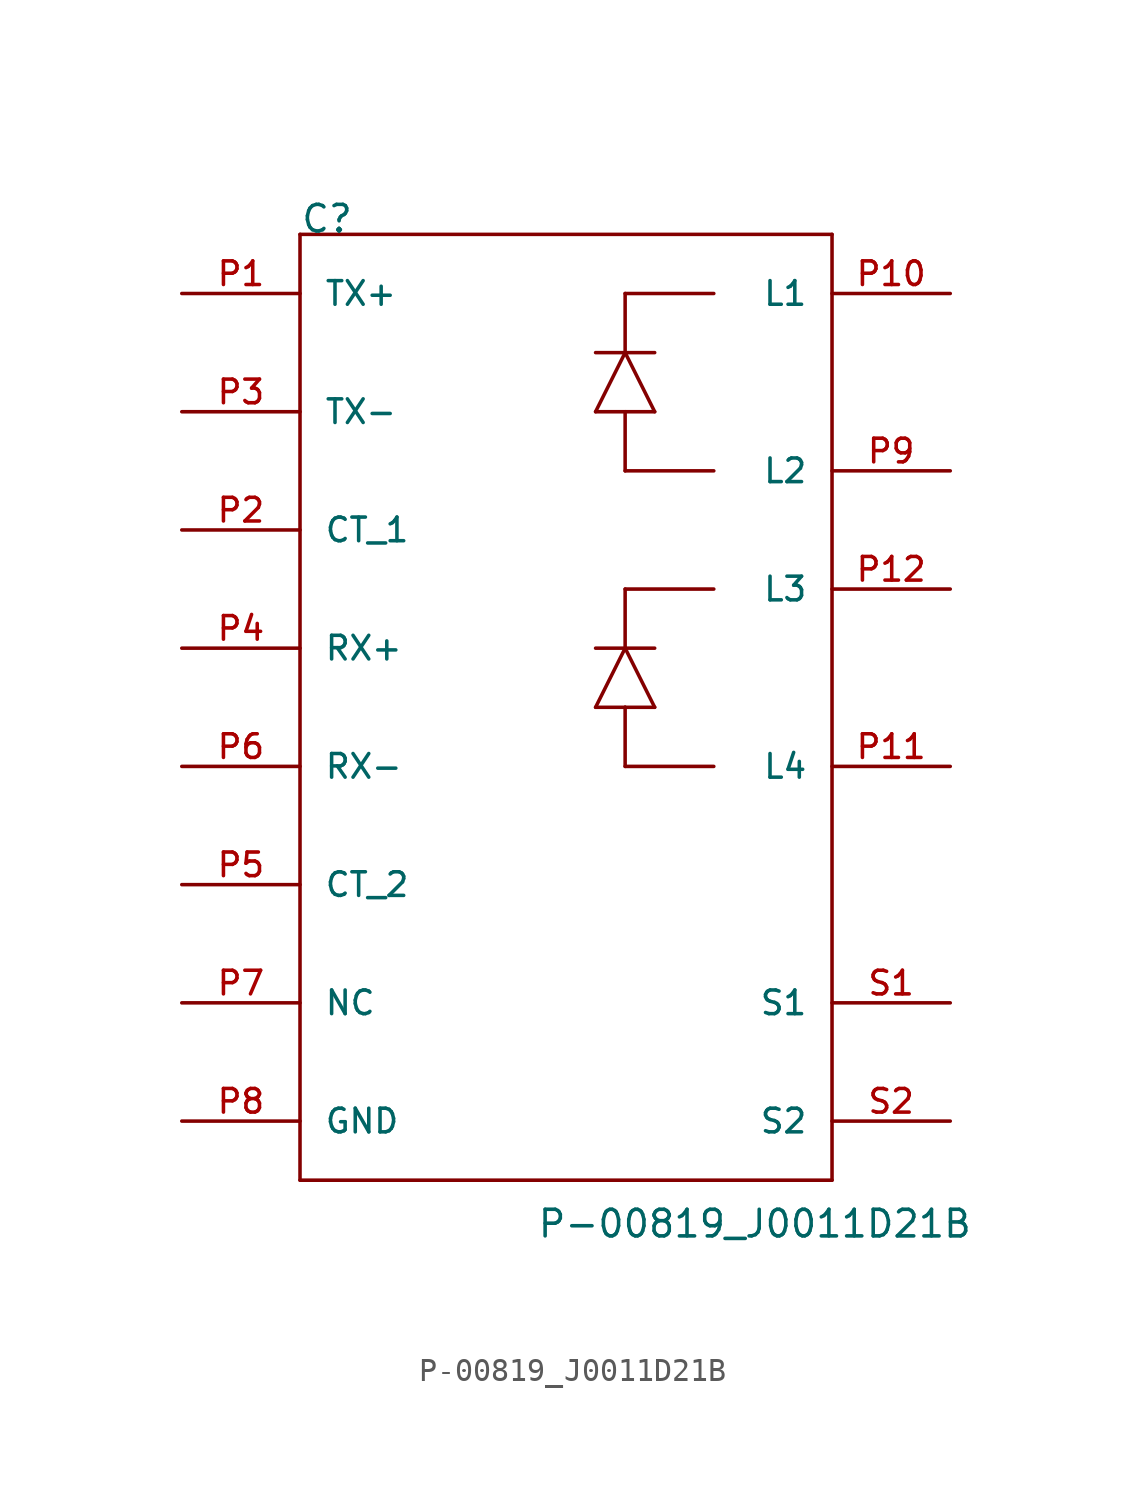
<source format=kicad_sym>
(kicad_symbol_lib
  (version 20211014)
  (generator kicad_symbol_editor)
  (symbol "P-00819_J0011D21B"
    (pin_names
      (offset 1.016))
    (property "Reference" "C"
      (at -10.16 17.78 0)
      (effects (font (size 1.143 1.143)) (justify left bottom)))
    (property "Value" "P-00819_J0011D21B"
      (at 0 -25.4 0)
      (effects (font (size 1.143 1.143)) (justify left bottom)))
    (property "ki_locked" ""
      (at 0 0 0)
      (effects (font (size 1.27 1.27))))
    (symbol "P-00819_J0011D21B_1_0"
      (polyline (pts (xy -10.16 -22.86) (xy -10.16 17.78)) (stroke (width 0) (type default) (color 0 0 0 0)) (fill (type none)))
      (polyline (pts (xy -10.16 17.78) (xy 12.7 17.78)) (stroke (width 0) (type default) (color 0 0 0 0)) (fill (type none)))
      (polyline (pts (xy 2.54 -2.54) (xy 3.81 0)) (stroke (width 0) (type default) (color 0 0 0 0)) (fill (type none)))
      (polyline (pts (xy 2.54 0) (xy 3.81 0)) (stroke (width 0) (type default) (color 0 0 0 0)) (fill (type none)))
      (polyline (pts (xy 2.54 10.16) (xy 3.81 10.16)) (stroke (width 0) (type default) (color 0 0 0 0)) (fill (type none)))
      (polyline (pts (xy 2.54 12.7) (xy 3.81 12.7)) (stroke (width 0) (type default) (color 0 0 0 0)) (fill (type none)))
      (polyline (pts (xy 3.81 -5.08) (xy 7.62 -5.08)) (stroke (width 0) (type default) (color 0 0 0 0)) (fill (type none)))
      (polyline (pts (xy 3.81 -2.54) (xy 2.54 -2.54)) (stroke (width 0) (type default) (color 0 0 0 0)) (fill (type none)))
      (polyline (pts (xy 3.81 -2.54) (xy 3.81 -5.08)) (stroke (width 0) (type default) (color 0 0 0 0)) (fill (type none)))
      (polyline (pts (xy 3.81 0) (xy 3.81 2.54)) (stroke (width 0) (type default) (color 0 0 0 0)) (fill (type none)))
      (polyline (pts (xy 3.81 0) (xy 5.08 -2.54)) (stroke (width 0) (type default) (color 0 0 0 0)) (fill (type none)))
      (polyline (pts (xy 3.81 0) (xy 5.08 0)) (stroke (width 0) (type default) (color 0 0 0 0)) (fill (type none)))
      (polyline (pts (xy 3.81 2.54) (xy 7.62 2.54)) (stroke (width 0) (type default) (color 0 0 0 0)) (fill (type none)))
      (polyline (pts (xy 3.81 7.62) (xy 7.62 7.62)) (stroke (width 0) (type default) (color 0 0 0 0)) (fill (type none)))
      (polyline (pts (xy 3.81 10.16) (xy 3.81 7.62)) (stroke (width 0) (type default) (color 0 0 0 0)) (fill (type none)))
      (polyline (pts (xy 3.81 10.16) (xy 5.08 10.16)) (stroke (width 0) (type default) (color 0 0 0 0)) (fill (type none)))
      (polyline (pts (xy 3.81 12.7) (xy 2.54 10.16)) (stroke (width 0) (type default) (color 0 0 0 0)) (fill (type none)))
      (polyline (pts (xy 3.81 12.7) (xy 3.81 15.24)) (stroke (width 0) (type default) (color 0 0 0 0)) (fill (type none)))
      (polyline (pts (xy 3.81 12.7) (xy 5.08 12.7)) (stroke (width 0) (type default) (color 0 0 0 0)) (fill (type none)))
      (polyline (pts (xy 3.81 15.24) (xy 7.62 15.24)) (stroke (width 0) (type default) (color 0 0 0 0)) (fill (type none)))
      (polyline (pts (xy 5.08 -2.54) (xy 3.81 -2.54)) (stroke (width 0) (type default) (color 0 0 0 0)) (fill (type none)))
      (polyline (pts (xy 5.08 10.16) (xy 3.81 12.7)) (stroke (width 0) (type default) (color 0 0 0 0)) (fill (type none)))
      (polyline (pts (xy 12.7 -22.86) (xy -10.16 -22.86)) (stroke (width 0) (type default) (color 0 0 0 0)) (fill (type none)))
      (polyline (pts (xy 12.7 17.78) (xy 12.7 -22.86)) (stroke (width 0) (type default) (color 0 0 0 0)) (fill (type none))))
    (symbol "P-00819_J0011D21B_1_1"
      (pin bidirectional line (at -15.24 15.24 0) (length 5.08) (name "TX+" (effects (font (size 1.016 1.016)))) (number "P1" (effects (font (size 1.016 1.016)))))
      (pin bidirectional line (at 17.78 15.24 180) (length 5.08) (name "L1" (effects (font (size 1.016 1.016)))) (number "P10" (effects (font (size 1.016 1.016)))))
      (pin bidirectional line (at 17.78 -5.08 180) (length 5.08) (name "L4" (effects (font (size 1.016 1.016)))) (number "P11" (effects (font (size 1.016 1.016)))))
      (pin bidirectional line (at 17.78 2.54 180) (length 5.08) (name "L3" (effects (font (size 1.016 1.016)))) (number "P12" (effects (font (size 1.016 1.016)))))
      (pin bidirectional line (at -15.24 5.08 0) (length 5.08) (name "CT_1" (effects (font (size 1.016 1.016)))) (number "P2" (effects (font (size 1.016 1.016)))))
      (pin bidirectional line (at -15.24 10.16 0) (length 5.08) (name "TX-" (effects (font (size 1.016 1.016)))) (number "P3" (effects (font (size 1.016 1.016)))))
      (pin bidirectional line (at -15.24 0 0) (length 5.08) (name "RX+" (effects (font (size 1.016 1.016)))) (number "P4" (effects (font (size 1.016 1.016)))))
      (pin bidirectional line (at -15.24 -10.16 0) (length 5.08) (name "CT_2" (effects (font (size 1.016 1.016)))) (number "P5" (effects (font (size 1.016 1.016)))))
      (pin bidirectional line (at -15.24 -5.08 0) (length 5.08) (name "RX-" (effects (font (size 1.016 1.016)))) (number "P6" (effects (font (size 1.016 1.016)))))
      (pin bidirectional line (at -15.24 -15.24 0) (length 5.08) (name "NC" (effects (font (size 1.016 1.016)))) (number "P7" (effects (font (size 1.016 1.016)))))
      (pin bidirectional line (at -15.24 -20.32 0) (length 5.08) (name "GND" (effects (font (size 1.016 1.016)))) (number "P8" (effects (font (size 1.016 1.016)))))
      (pin bidirectional line (at 17.78 7.62 180) (length 5.08) (name "L2" (effects (font (size 1.016 1.016)))) (number "P9" (effects (font (size 1.016 1.016)))))
      (pin bidirectional line (at 17.78 -15.24 180) (length 5.08) (name "S1" (effects (font (size 1.016 1.016)))) (number "S1" (effects (font (size 1.016 1.016)))))
      (pin bidirectional line (at 17.78 -20.32 180) (length 5.08) (name "S2" (effects (font (size 1.016 1.016)))) (number "S2" (effects (font (size 1.016 1.016))))))))
</source>
